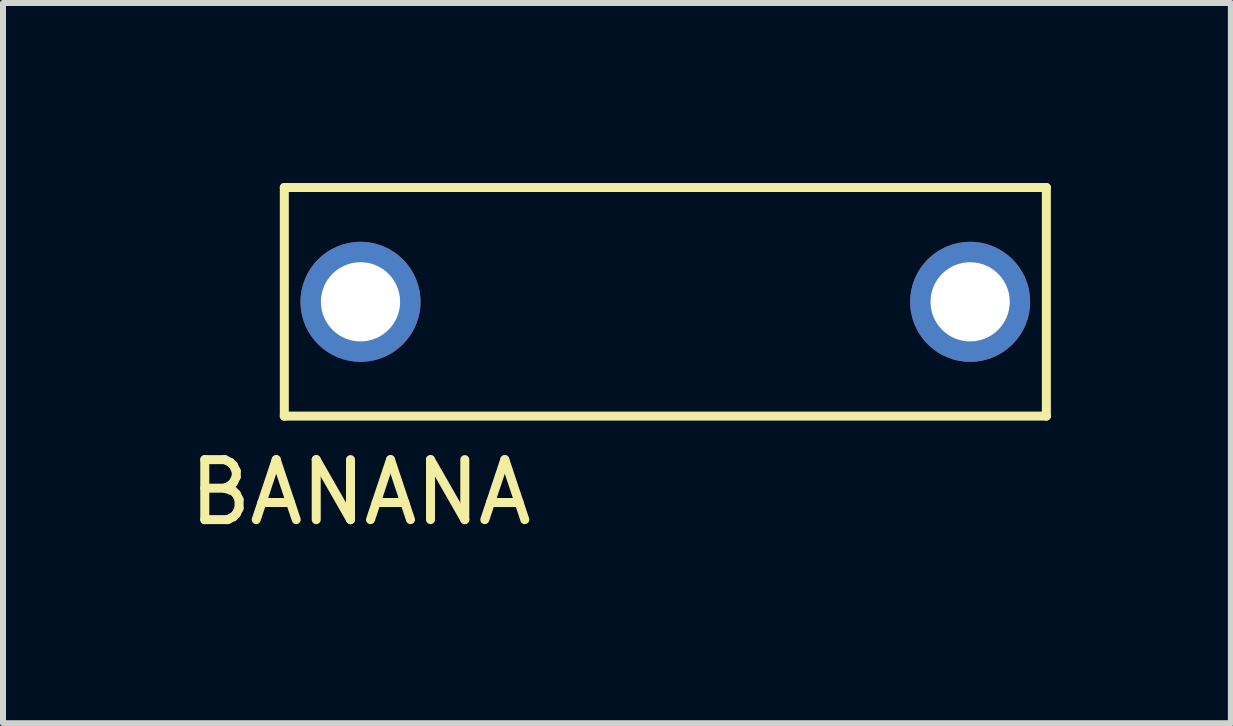
<source format=kicad_pcb>
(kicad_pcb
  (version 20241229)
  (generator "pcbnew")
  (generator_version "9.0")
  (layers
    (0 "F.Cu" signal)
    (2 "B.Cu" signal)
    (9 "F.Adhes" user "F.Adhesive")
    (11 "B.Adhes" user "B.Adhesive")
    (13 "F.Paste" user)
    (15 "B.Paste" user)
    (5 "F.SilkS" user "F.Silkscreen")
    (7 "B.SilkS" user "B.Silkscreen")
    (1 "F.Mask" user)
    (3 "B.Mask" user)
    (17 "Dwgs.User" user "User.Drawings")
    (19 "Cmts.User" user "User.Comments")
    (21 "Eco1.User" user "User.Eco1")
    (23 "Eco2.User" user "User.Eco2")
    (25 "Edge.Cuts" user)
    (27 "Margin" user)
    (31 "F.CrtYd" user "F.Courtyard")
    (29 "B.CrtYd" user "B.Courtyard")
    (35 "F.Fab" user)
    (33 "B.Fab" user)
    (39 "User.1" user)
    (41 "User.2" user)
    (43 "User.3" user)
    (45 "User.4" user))
  (footprint "BANANA"
    (layer "F.Cu")
    (at 2.958 1.98)
    (property "Reference" "BANANA" (at 0 3.175 0) (layer "F.SilkS") (effects (font (size 1 1) (thickness 0.15))))
    (attr through_hole)
    (fp_line (start -1.27 -1.905) (end -1.27 1.905) (stroke (width 0.15) (type solid)) (layer "F.SilkS"))
    (fp_line (start -1.27 1.905) (end 11.43 1.905) (stroke (width 0.15) (type solid)) (layer "F.SilkS"))
    (fp_line (start 11.43 -1.905) (end -1.27 -1.905) (stroke (width 0.15) (type solid)) (layer "F.SilkS"))
    (fp_line (start 11.43 1.905) (end 11.43 -1.905) (stroke (width 0.15) (type solid)) (layer "F.SilkS"))
    (pad "1" thru_hole circle (at 0 0) (size 2 2) (drill 1.32) (layers "*.Cu" "*.Mask"))
    (pad "2" thru_hole circle (at 10.16 0) (size 2 2) (drill 1.32) (layers "*.Cu" "*.Mask")))
  (gr_rect
    (start -3 -3)
    (end 17.463 9.003)
    (stroke (width 0.1) (type default))
    (fill no)
    (layer "Edge.Cuts")))
</source>
